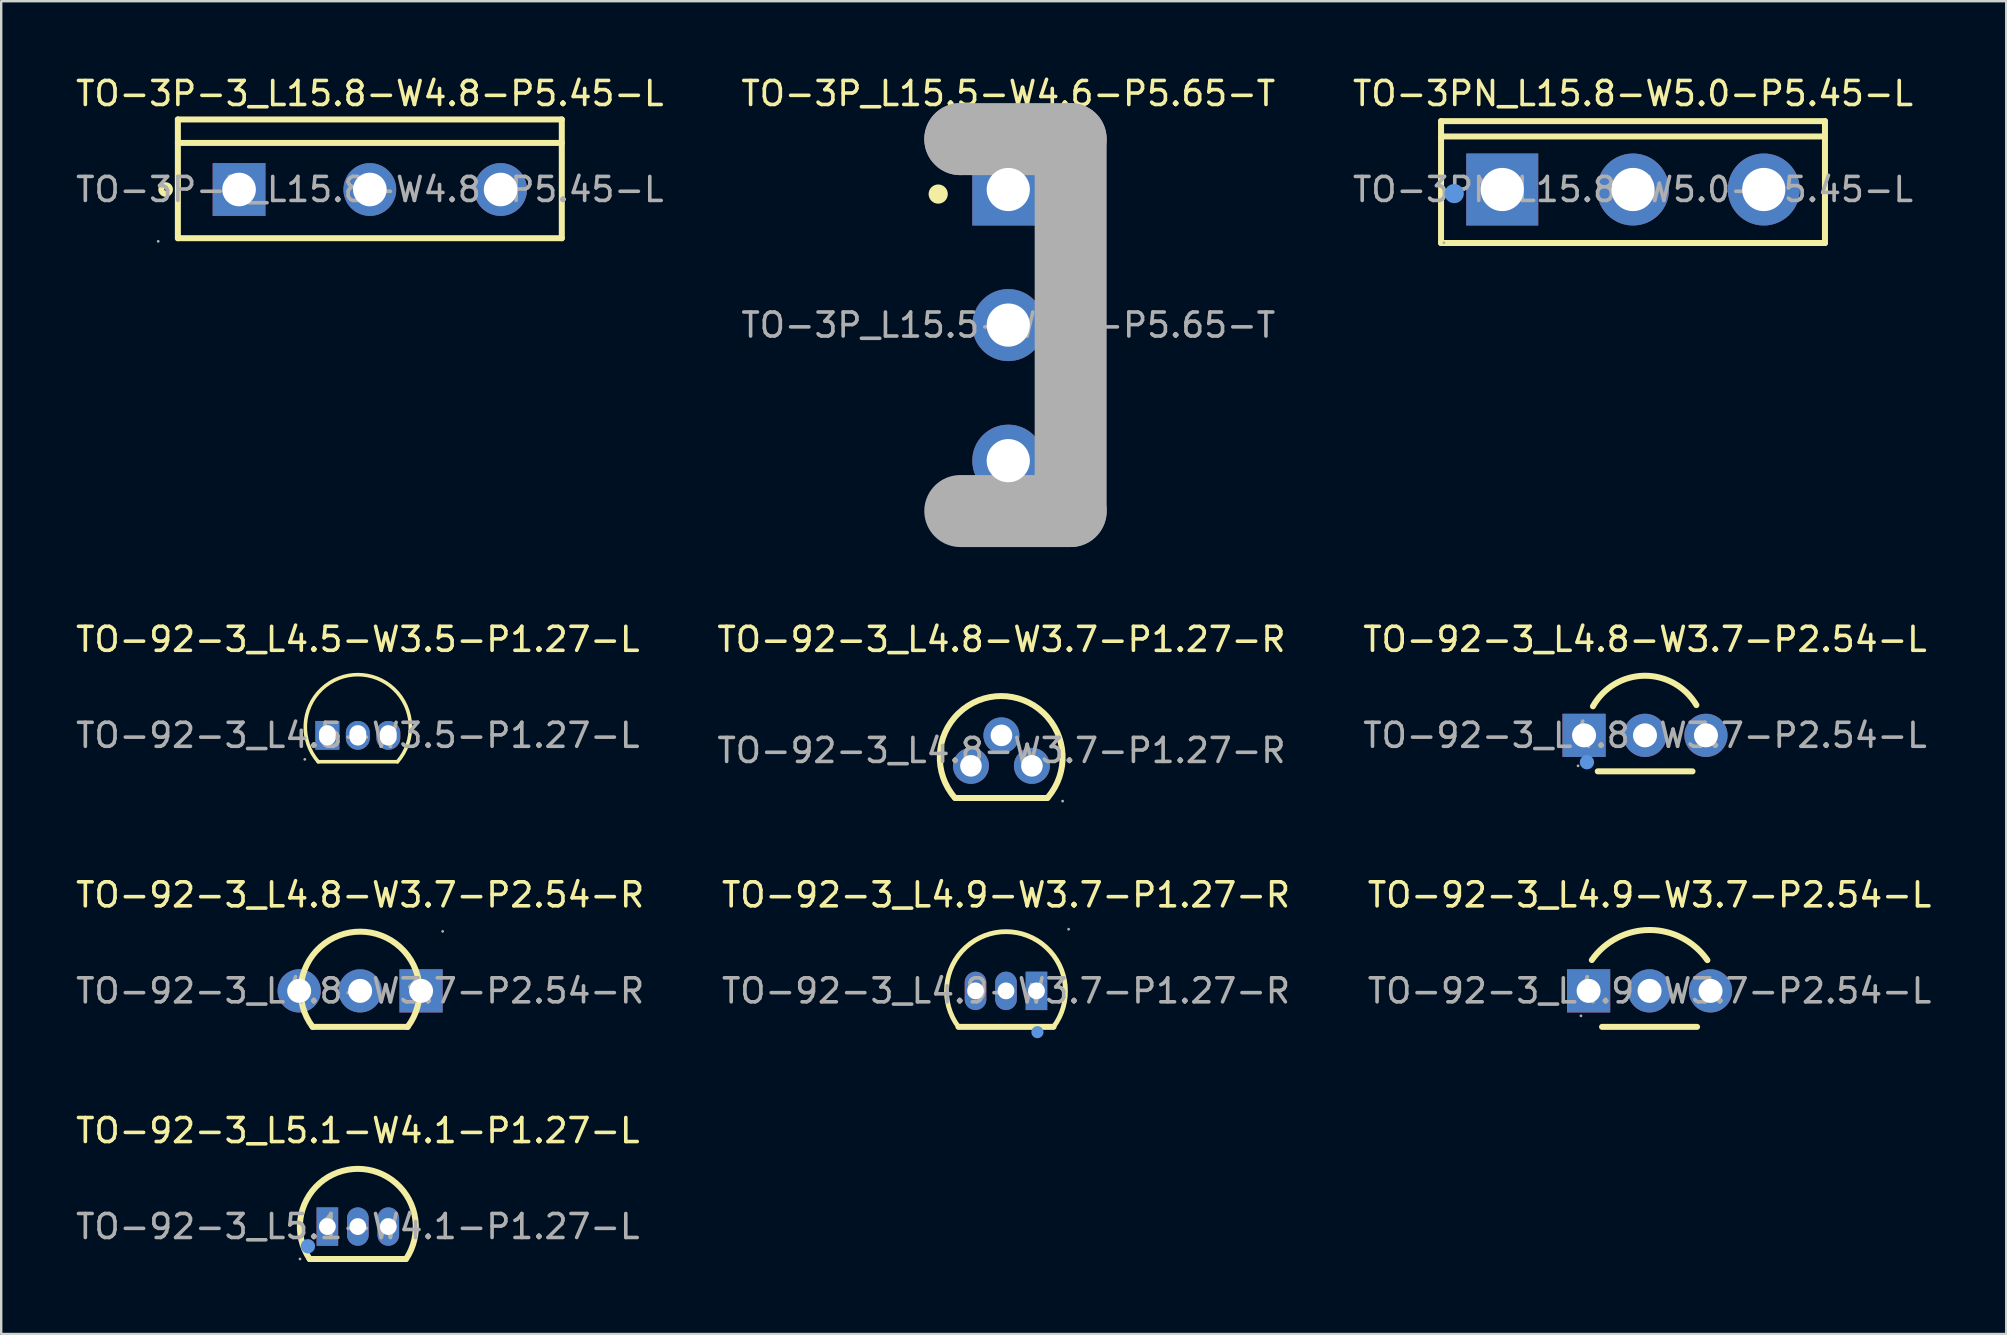
<source format=kicad_pcb>
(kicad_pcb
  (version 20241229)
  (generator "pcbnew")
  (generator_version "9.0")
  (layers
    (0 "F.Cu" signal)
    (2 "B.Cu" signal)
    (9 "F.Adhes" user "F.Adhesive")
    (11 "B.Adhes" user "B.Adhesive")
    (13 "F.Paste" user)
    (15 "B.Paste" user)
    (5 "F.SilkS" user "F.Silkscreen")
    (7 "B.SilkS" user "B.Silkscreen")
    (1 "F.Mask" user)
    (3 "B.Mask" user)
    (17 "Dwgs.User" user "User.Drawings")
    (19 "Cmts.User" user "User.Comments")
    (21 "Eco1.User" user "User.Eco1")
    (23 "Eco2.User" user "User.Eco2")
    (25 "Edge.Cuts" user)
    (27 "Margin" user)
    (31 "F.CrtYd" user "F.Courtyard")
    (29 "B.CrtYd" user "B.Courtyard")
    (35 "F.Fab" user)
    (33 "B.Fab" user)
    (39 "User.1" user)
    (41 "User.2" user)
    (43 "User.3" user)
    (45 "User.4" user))
  (footprint "TO-92-3_L4.8-W3.7-P2.54-R"
    (layer "F.Cu")
    (at 11.958 38.245)
    (property "Reference" "TO-92-3_L4.8-W3.7-P2.54-R" (at 0 -4 0) (layer "F.SilkS") (effects (font (size 1 1) (thickness 0.15))))
    (attr through_hole)
    (fp_line (start 1.98 1.5) (end -1.98 1.5) (stroke (width 0.25) (type solid)) (layer "F.SilkS"))
    (fp_arc (start -1.98 1.5) (mid 0.002708 -2.468002) (end 1.976739 1.504324) (stroke (width 0.25) (type solid)) (layer "F.SilkS"))
    (fp_circle (center -2.54 0) (end -2.34 0) (stroke (width 0.4) (type solid)) (fill no) (layer "F.Fab"))
    (fp_circle (center 0 0) (end 0.2 0) (stroke (width 0.4) (type solid)) (fill no) (layer "F.Fab"))
    (fp_circle (center 2.54 0) (end 2.74 0) (stroke (width 0.4) (type solid)) (fill no) (layer "F.Fab"))
    (fp_circle (center 3.44 -2.48) (end 3.47 -2.48) (stroke (width 0.06) (type solid)) (fill no) (layer "F.Fab"))
    (fp_text user "${REFERENCE}" (at 0 0 0) (layer "F.Fab") (effects (font (size 1 1) (thickness 0.15))))
    (pad "1" thru_hole rect (at 2.54 0 270) (size 1.8 1.8) (drill 1) (layers "*.Cu" "*.Paste" "*.Mask"))
    (pad "2" thru_hole circle (at 0 0 270) (size 1.8 1.8) (drill 1) (layers "*.Cu" "*.Paste" "*.Mask"))
    (pad "3" thru_hole circle (at -2.54 0 270) (size 1.8 1.8) (drill 1) (layers "*.Cu" "*.Paste" "*.Mask")))
  (footprint "TO-92-3_L4.5-W3.5-P1.27-L"
    (layer "F.Cu")
    (at 11.863 27.596)
    (property "Reference" "TO-92-3_L4.5-W3.5-P1.27-L" (at 0 -4 0) (layer "F.SilkS") (effects (font (size 1 1) (thickness 0.15))))
    (attr through_hole)
    (fp_line (start -1.65 1.1) (end 1.65 1.1) (stroke (width 0.15) (type solid)) (layer "F.SilkS"))
    (fp_arc (start -1.65 1.1) (mid -0.00008 -2.53) (end 1.650105 1.09988) (stroke (width 0.15) (type solid)) (layer "F.SilkS"))
    (fp_circle (center -2.21 1) (end -2.18 1) (stroke (width 0.06) (type solid)) (fill no) (layer "F.Fab"))
    (fp_text user "${REFERENCE}" (at 0 0 0) (layer "F.Fab") (effects (font (size 1 1) (thickness 0.15))))
    (pad "1" thru_hole rect (at -1.27 0) (size 1 1.2) (drill oval 0.7 0.85) (layers "*.Cu" "*.Paste" "*.Mask"))
    (pad "2" thru_hole oval (at 0 0) (size 1 1.2) (drill oval 0.7 0.85) (layers "*.Cu" "*.Paste" "*.Mask"))
    (pad "3" thru_hole oval (at 1.27 0) (size 1 1.2) (drill oval 0.7 0.85) (layers "*.Cu" "*.Paste" "*.Mask")))
  (footprint "TO-3P-3_L15.8-W4.8-P5.45-L"
    (layer "F.Cu")
    (at 12.363 4.848)
    (property "Reference" "TO-3P-3_L15.8-W4.8-P5.45-L" (at 0 -4 0) (layer "F.SilkS") (effects (font (size 1 1) (thickness 0.15))))
    (attr through_hole)
    (fp_line (start -8 -2.92) (end 8 -2.92) (stroke (width 0.25) (type solid)) (layer "F.SilkS"))
    (fp_line (start -8 -1.94) (end 8 -1.94) (stroke (width 0.25) (type solid)) (layer "F.SilkS"))
    (fp_line (start -8 2.03) (end -8 -2.92) (stroke (width 0.25) (type solid)) (layer "F.SilkS"))
    (fp_line (start 8 -2.92) (end 8 2.03) (stroke (width 0.25) (type solid)) (layer "F.SilkS"))
    (fp_line (start 8 2.03) (end -8 2.03) (stroke (width 0.25) (type solid)) (layer "F.SilkS"))
    (fp_circle (center -8.51 0) (end -8.33 0) (stroke (width 0.25) (type solid)) (fill no) (layer "F.SilkS"))
    (fp_circle (center -8.82 2.16) (end -8.79 2.16) (stroke (width 0.06) (type solid)) (fill no) (layer "F.Fab"))
    (fp_circle (center -5.45 0) (end -5.15 0) (stroke (width 0.6) (type solid)) (fill no) (layer "F.Fab"))
    (fp_circle (center 0 0) (end 0.3 0) (stroke (width 0.6) (type solid)) (fill no) (layer "F.Fab"))
    (fp_circle (center 5.45 0) (end 5.75 0) (stroke (width 0.6) (type solid)) (fill no) (layer "F.Fab"))
    (fp_text user "${REFERENCE}" (at 0 0 0) (layer "F.Fab") (effects (font (size 1 1) (thickness 0.15))))
    (pad "1" thru_hole rect (at -5.45 0) (size 2.2 2.2) (drill 1.4) (layers "*.Cu" "*.Paste" "*.Mask"))
    (pad "2" thru_hole circle (at 0 0) (size 2.2 2.2) (drill 1.4) (layers "*.Cu" "*.Paste" "*.Mask"))
    (pad "3" thru_hole circle (at 5.45 0) (size 2.2 2.2) (drill 1.4) (layers "*.Cu" "*.Paste" "*.Mask")))
  (footprint "TO-3PN_L15.8-W5.0-P5.45-L"
    (layer "F.Cu")
    (at 65.006 4.848)
    (property "Reference" "TO-3PN_L15.8-W5.0-P5.45-L" (at 0 -4 0) (layer "F.SilkS") (effects (font (size 1 1) (thickness 0.15))))
    (attr through_hole)
    (fp_line (start -8 -2.85) (end -8 2.23) (stroke (width 0.25) (type solid)) (layer "F.SilkS"))
    (fp_line (start -8 -2.85) (end 8 -2.85) (stroke (width 0.25) (type solid)) (layer "F.SilkS"))
    (fp_line (start -8 -2.21) (end 8 -2.21) (stroke (width 0.25) (type solid)) (layer "F.SilkS"))
    (fp_line (start -8 2.23) (end 8 2.23) (stroke (width 0.25) (type solid)) (layer "F.SilkS"))
    (fp_line (start 8 2.23) (end 8 -2.85) (stroke (width 0.25) (type solid)) (layer "F.SilkS"))
    (fp_circle (center -7.45 0.17) (end -7.25 0.17) (stroke (width 0.4) (type solid)) (fill no) (layer "Cmts.User"))
    (fp_circle (center -7.88 2.22) (end -7.85 2.22) (stroke (width 0.06) (type solid)) (fill no) (layer "F.Fab"))
    (fp_text user "${REFERENCE}" (at 0 0 0) (layer "F.Fab") (effects (font (size 1 1) (thickness 0.15))))
    (pad "1" thru_hole rect (at -5.45 0) (size 3 3) (drill 1.8) (layers "*.Cu" "*.Paste" "*.Mask"))
    (pad "2" thru_hole circle (at 0 0) (size 3 3) (drill 1.8) (layers "*.Cu" "*.Paste" "*.Mask"))
    (pad "3" thru_hole circle (at 5.45 0) (size 3 3) (drill 1.8) (layers "*.Cu" "*.Paste" "*.Mask")))
  (footprint "TO-92-3_L4.9-W3.7-P2.54-L"
    (layer "F.Cu")
    (at 65.696 38.245)
    (property "Reference" "TO-92-3_L4.9-W3.7-P2.54-L" (at 0 -4 0) (layer "F.SilkS") (effects (font (size 1 1) (thickness 0.15))))
    (attr through_hole)
    (fp_line (start 1.98 1.5) (end -1.98 1.5) (stroke (width 0.25) (type solid)) (layer "F.SilkS"))
    (fp_arc (start -2.406487 -1.285029) (mid 0.003067 -2.53777) (end 2.41 -1.28) (stroke (width 0.25) (type solid)) (layer "F.SilkS"))
    (fp_circle (center -2.86 1.04) (end -2.83 1.04) (stroke (width 0.06) (type solid)) (fill no) (layer "F.Fab"))
    (fp_text user "${REFERENCE}" (at 0 0 0) (layer "F.Fab") (effects (font (size 1 1) (thickness 0.15))))
    (pad "1" thru_hole rect (at -2.54 0 270) (size 1.8 1.8) (drill 1) (layers "*.Cu" "*.Paste" "*.Mask"))
    (pad "2" thru_hole circle (at 0 0 270) (size 1.8 1.8) (drill 1) (layers "*.Cu" "*.Paste" "*.Mask"))
    (pad "3" thru_hole circle (at 2.54 0 270) (size 1.8 1.8) (drill 1) (layers "*.Cu" "*.Paste" "*.Mask")))
  (footprint "TO-92-3_L4.8-W3.7-P1.27-R"
    (layer "F.Cu")
    (at 38.685 28.227)
    (property "Reference" "TO-92-3_L4.8-W3.7-P1.27-R" (at 0 -4.63 0) (layer "F.SilkS") (effects (font (size 1 1) (thickness 0.15))))
    (attr through_hole)
    (fp_line (start -1.93 1.98) (end 1.92 1.98) (stroke (width 0.25) (type solid)) (layer "F.SilkS"))
    (fp_arc (start -1.94 1.97) (mid -0.016184 -2.268762) (end 1.928098 1.960652) (stroke (width 0.25) (type solid)) (layer "F.SilkS"))
    (fp_circle (center -1.27 0.64) (end -1.09 0.64) (stroke (width 0.35) (type solid)) (fill no) (layer "F.Fab"))
    (fp_circle (center 0 -0.63) (end 0.18 -0.63) (stroke (width 0.35) (type solid)) (fill no) (layer "F.Fab"))
    (fp_circle (center 1.27 0.64) (end 1.45 0.64) (stroke (width 0.35) (type solid)) (fill no) (layer "F.Fab"))
    (fp_circle (center 2.55 2.11) (end 2.58 2.11) (stroke (width 0.06) (type solid)) (fill no) (layer "F.Fab"))
    (fp_text user "${REFERENCE}" (at 0 0 0) (layer "F.Fab") (effects (font (size 1 1) (thickness 0.15))))
    (pad "1" thru_hole circle (at 1.27 0.64) (size 1.5 1.5) (drill 0.9) (layers "*.Cu" "*.Paste" "*.Mask"))
    (pad "2" thru_hole circle (at 0 -0.63) (size 1.5 1.5) (drill 0.9) (layers "*.Cu" "*.Paste" "*.Mask"))
    (pad "3" thru_hole circle (at -1.27 0.64) (size 1.5 1.5) (drill 0.9) (layers "*.Cu" "*.Paste" "*.Mask")))
  (footprint "TO-92-3_L5.1-W4.1-P1.27-L"
    (layer "F.Cu")
    (at 11.863 48.068)
    (property "Reference" "TO-92-3_L5.1-W4.1-P1.27-L" (at 0 -4 0) (layer "F.SilkS") (effects (font (size 1 1) (thickness 0.15))))
    (attr through_hole)
    (fp_line (start -2.01 1.35) (end 2 1.35) (stroke (width 0.25) (type solid)) (layer "F.SilkS"))
    (fp_arc (start -2.01 1.35) (mid 0.000419 -2.405719) (end 2.009535 1.350697) (stroke (width 0.25) (type solid)) (layer "F.SilkS"))
    (fp_circle (center -2.08 0.82) (end -1.93 0.82) (stroke (width 0.3) (type solid)) (fill no) (layer "Cmts.User"))
    (fp_circle (center -2.41 1.35) (end -2.38 1.35) (stroke (width 0.06) (type solid)) (fill no) (layer "F.Fab"))
    (fp_text user "${REFERENCE}" (at 0 0 0) (layer "F.Fab") (effects (font (size 1 1) (thickness 0.15))))
    (pad "1" thru_hole rect (at -1.27 0) (size 0.9 1.6) (drill 0.7) (layers "*.Cu" "*.Paste" "*.Mask"))
    (pad "2" thru_hole oval (at 0 0) (size 0.9 1.6) (drill 0.7) (layers "*.Cu" "*.Paste" "*.Mask"))
    (pad "3" thru_hole oval (at 1.27 0) (size 0.9 1.6) (drill 0.7) (layers "*.Cu" "*.Paste" "*.Mask")))
  (footprint "TO-92-3_L4.9-W3.7-P1.27-R"
    (layer "F.Cu")
    (at 38.875 38.245)
    (property "Reference" "TO-92-3_L4.9-W3.7-P1.27-R" (at 0 -4 0) (layer "F.SilkS") (effects (font (size 1 1) (thickness 0.15))))
    (attr through_hole)
    (fp_line (start 1.98 1.5) (end -1.98 1.5) (stroke (width 0.25) (type solid)) (layer "F.SilkS"))
    (fp_arc (start -1.98 1.5) (mid 0.002708 -2.468002) (end 1.976739 1.504324) (stroke (width 0.2) (type solid)) (layer "F.SilkS"))
    (fp_circle (center 1.31 1.72) (end 1.44 1.72) (stroke (width 0.25) (type solid)) (fill no) (layer "Cmts.User"))
    (fp_circle (center -1.27 0) (end -1.12 0) (stroke (width 0.3) (type solid)) (fill no) (layer "F.Fab"))
    (fp_circle (center 0 0) (end 0.15 0) (stroke (width 0.3) (type solid)) (fill no) (layer "F.Fab"))
    (fp_circle (center 1.27 0) (end 1.42 0) (stroke (width 0.3) (type solid)) (fill no) (layer "F.Fab"))
    (fp_circle (center 2.61 -2.57) (end 2.64 -2.57) (stroke (width 0.06) (type solid)) (fill no) (layer "F.Fab"))
    (fp_text user "${REFERENCE}" (at 0 0 0) (layer "F.Fab") (effects (font (size 1 1) (thickness 0.15))))
    (pad "1" thru_hole rect (at 1.27 0) (size 0.9 1.6) (drill 0.7) (layers "*.Cu" "*.Paste" "*.Mask"))
    (pad "2" thru_hole oval (at 0 0) (size 0.9 1.6) (drill 0.7) (layers "*.Cu" "*.Paste" "*.Mask"))
    (pad "3" thru_hole oval (at -1.27 0) (size 0.9 1.6) (drill 0.7) (layers "*.Cu" "*.Paste" "*.Mask")))
  (footprint "TO-92-3_L4.8-W3.7-P2.54-L"
    (layer "F.Cu")
    (at 65.506 27.596)
    (property "Reference" "TO-92-3_L4.8-W3.7-P2.54-L" (at 0 -4 0) (layer "F.SilkS") (effects (font (size 1 1) (thickness 0.15))))
    (attr through_hole)
    (fp_line (start 1.98 1.5) (end -1.97 1.5) (stroke (width 0.25) (type solid)) (layer "F.SilkS"))
    (fp_arc (start -2.17 -1.21) (mid -0.029521 -2.484377) (end 2.140635 -1.261222) (stroke (width 0.25) (type solid)) (layer "F.SilkS"))
    (fp_circle (center -2.42 1.12) (end -2.27 1.12) (stroke (width 0.3) (type solid)) (fill no) (layer "Cmts.User"))
    (fp_circle (center -2.79 1.27) (end -2.76 1.27) (stroke (width 0.06) (type solid)) (fill no) (layer "F.Fab"))
    (fp_text user "${REFERENCE}" (at 0 0 0) (layer "F.Fab") (effects (font (size 1 1) (thickness 0.15))))
    (pad "1" thru_hole rect (at -2.54 0 270) (size 1.8 1.8) (drill 1) (layers "*.Cu" "*.Paste" "*.Mask"))
    (pad "2" thru_hole oval (at 0 0 270) (size 1.8 1.8) (drill 1) (layers "*.Cu" "*.Paste" "*.Mask"))
    (pad "3" thru_hole oval (at 2.54 0 270) (size 1.8 1.8) (drill 1) (layers "*.Cu" "*.Paste" "*.Mask")))
  (footprint "TO-3P_L15.5-W4.6-P5.65-T"
    (layer "F.Cu")
    (at 38.97 10.498)
    (property "Reference" "TO-3P_L15.5-W4.6-P5.65-T" (at 0 -9.65 0) (layer "F.SilkS") (effects (font (size 1 1) (thickness 0.15))))
    (attr through_hole)
    (fp_line (start 1.91 7.75) (end 1.91 -7.75) (stroke (width 0.25) (type solid)) (layer "F.SilkS"))
    (fp_arc (start -2.92 -5.46) (mid -2.92 -5.46) (end -2.92 -5.46) (stroke (width 0.4) (type solid)) (layer "F.SilkS"))
    (fp_line (start -2 -7.75) (end -2 -7.75) (stroke (width 3) (type solid)) (layer "F.Fab"))
    (fp_line (start -2 -7.75) (end 2.6 -7.75) (stroke (width 3) (type solid)) (layer "F.Fab"))
    (fp_line (start 2.6 -7.75) (end 2.6 7.75) (stroke (width 3) (type solid)) (layer "F.Fab"))
    (fp_line (start 2.6 7.75) (end -2 7.75) (stroke (width 3) (type solid)) (layer "F.Fab"))
    (fp_circle (center -3.32 -7.88) (end -3.29 -7.88) (stroke (width 0.06) (type solid)) (fill no) (layer "F.Fab"))
    (fp_circle (center 0 -5.65) (end 0.4 -5.65) (stroke (width 0.8) (type solid)) (fill no) (layer "F.Fab"))
    (fp_circle (center 0 0) (end 0.4 0) (stroke (width 0.8) (type solid)) (fill no) (layer "F.Fab"))
    (fp_circle (center 0 5.65) (end 0.4 5.65) (stroke (width 0.8) (type solid)) (fill no) (layer "F.Fab"))
    (fp_text user "${REFERENCE}" (at 0 0 0) (layer "F.Fab") (effects (font (size 1 1) (thickness 0.15))))
    (pad "1" thru_hole rect (at 0 -5.65 270) (size 3 3) (drill 1.8) (layers "*.Cu" "*.Paste" "*.Mask"))
    (pad "2" thru_hole oval (at 0 0 270) (size 3 3) (drill 1.8) (layers "*.Cu" "*.Paste" "*.Mask"))
    (pad "3" thru_hole oval (at 0 5.65 270) (size 3 3) (drill 1.8) (layers "*.Cu" "*.Paste" "*.Mask")))
  (gr_rect
    (start -3 -3)
    (end 80.56 52.544)
    (stroke (width 0.1) (type default))
    (fill no)
    (layer "Edge.Cuts")))
</source>
